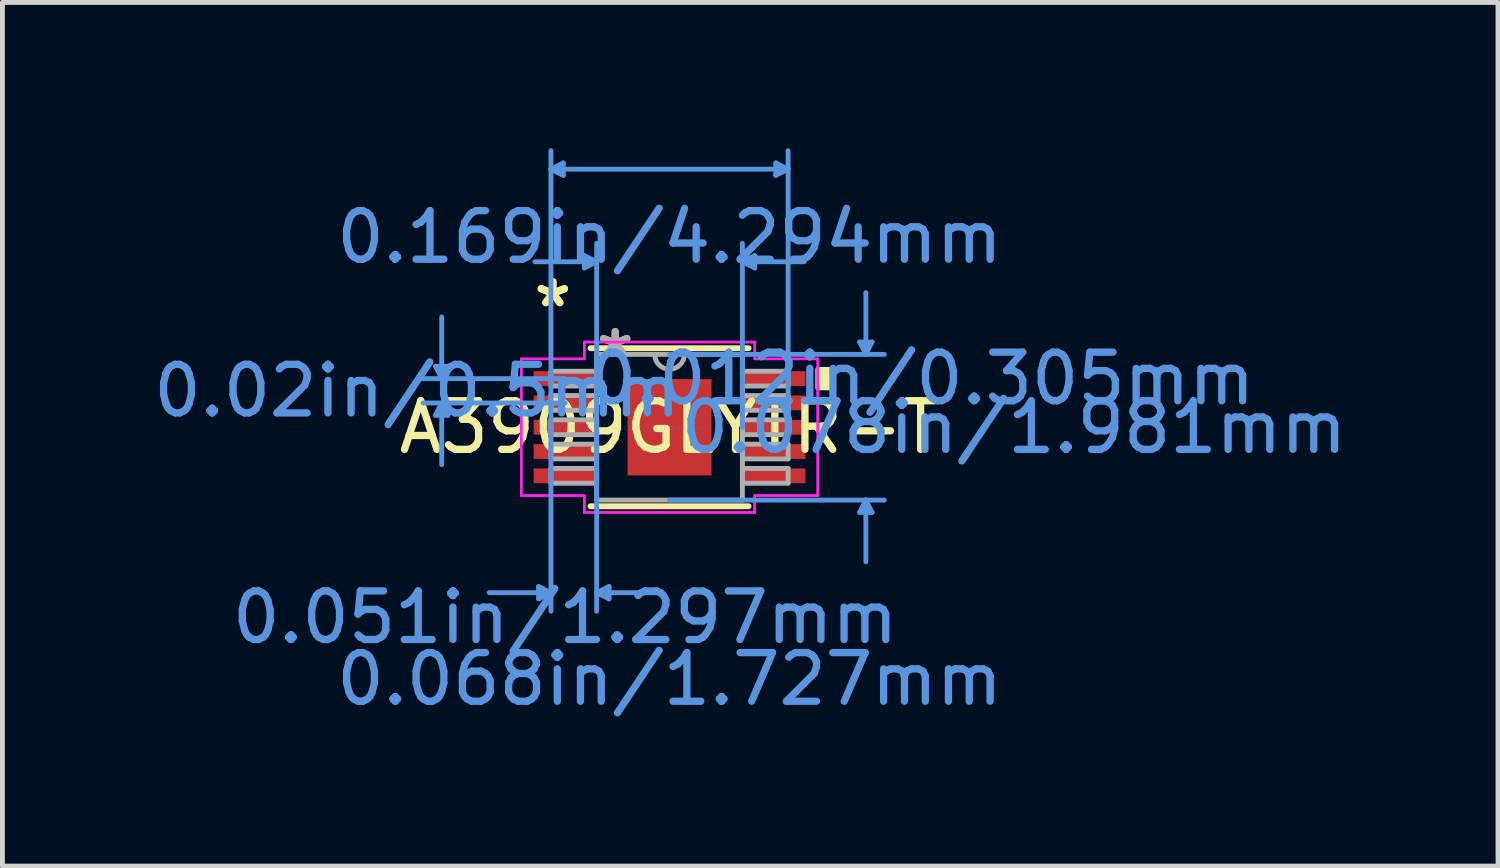
<source format=kicad_pcb>
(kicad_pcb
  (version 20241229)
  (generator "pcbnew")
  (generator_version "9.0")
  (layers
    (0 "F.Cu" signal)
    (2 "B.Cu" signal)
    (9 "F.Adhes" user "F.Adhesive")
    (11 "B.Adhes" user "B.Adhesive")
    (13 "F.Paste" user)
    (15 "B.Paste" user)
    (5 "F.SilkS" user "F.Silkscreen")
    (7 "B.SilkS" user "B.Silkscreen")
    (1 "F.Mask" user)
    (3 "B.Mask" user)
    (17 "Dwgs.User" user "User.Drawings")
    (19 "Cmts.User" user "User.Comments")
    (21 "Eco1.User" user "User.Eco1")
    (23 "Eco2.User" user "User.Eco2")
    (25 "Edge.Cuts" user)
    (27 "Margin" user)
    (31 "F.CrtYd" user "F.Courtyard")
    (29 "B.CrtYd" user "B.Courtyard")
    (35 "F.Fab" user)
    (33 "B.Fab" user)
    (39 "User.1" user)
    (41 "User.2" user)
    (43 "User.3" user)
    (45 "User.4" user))
  (footprint "A3909GLYTR-T"
    (layer "F.Cu")
    (at 10.725 5.74)
    (property "Reference" "A3909GLYTR-T" (at 0 0 0) (layer "F.SilkS") (effects (font (size 1 1) (thickness 0.15))))
    (attr through_hole)
    (fp_line (start -1.626 1.626) (end 1.626 1.626) (stroke (width 0.12) (type solid)) (layer "F.SilkS"))
    (fp_line (start 1.626 -1.626) (end -1.626 -1.626) (stroke (width 0.12) (type solid)) (layer "F.SilkS"))
    (fp_poly (pts (xy 3.304 -1.191) (xy 3.304 -0.81) (xy 3.05 -0.81) (xy 3.05 -1.191)) (stroke (width 0.1) (type solid)) (fill yes) (layer "F.SilkS"))
    (fp_line (start -4.814 -1.254) (end -4.56 -1.254) (stroke (width 0.1) (type solid)) (layer "Cmts.User"))
    (fp_line (start -4.814 -0.246) (end -4.56 -0.246) (stroke (width 0.1) (type solid)) (layer "Cmts.User"))
    (fp_line (start -4.687 -1) (end -4.814 -1.254) (stroke (width 0.1) (type solid)) (layer "Cmts.User"))
    (fp_line (start -4.687 -1) (end -4.687 -2.27) (stroke (width 0.1) (type solid)) (layer "Cmts.User"))
    (fp_line (start -4.687 -1) (end -4.56 -1.254) (stroke (width 0.1) (type solid)) (layer "Cmts.User"))
    (fp_line (start -4.687 -0.5) (end -4.814 -0.246) (stroke (width 0.1) (type solid)) (layer "Cmts.User"))
    (fp_line (start -4.687 -0.5) (end -4.687 0.77) (stroke (width 0.1) (type solid)) (layer "Cmts.User"))
    (fp_line (start -4.687 -0.5) (end -4.56 -0.246) (stroke (width 0.1) (type solid)) (layer "Cmts.User"))
    (fp_line (start -2.694 3.277) (end -2.694 3.531) (stroke (width 0.1) (type solid)) (layer "Cmts.User"))
    (fp_line (start -2.44 -5.309) (end -2.186 -5.436) (stroke (width 0.1) (type solid)) (layer "Cmts.User"))
    (fp_line (start -2.44 -5.309) (end -2.186 -5.182) (stroke (width 0.1) (type solid)) (layer "Cmts.User"))
    (fp_line (start -2.44 -5.309) (end 2.44 -5.309) (stroke (width 0.1) (type solid)) (layer "Cmts.User"))
    (fp_line (start -2.44 0) (end -2.44 -5.69) (stroke (width 0.1) (type solid)) (layer "Cmts.User"))
    (fp_line (start -2.44 0) (end -2.44 3.785) (stroke (width 0.1) (type solid)) (layer "Cmts.User"))
    (fp_line (start -2.44 3.404) (end -3.71 3.404) (stroke (width 0.1) (type solid)) (layer "Cmts.User"))
    (fp_line (start -2.44 3.404) (end -2.694 3.277) (stroke (width 0.1) (type solid)) (layer "Cmts.User"))
    (fp_line (start -2.44 3.404) (end -2.694 3.531) (stroke (width 0.1) (type solid)) (layer "Cmts.User"))
    (fp_line (start -2.186 -5.436) (end -2.186 -5.182) (stroke (width 0.1) (type solid)) (layer "Cmts.User"))
    (fp_line (start -2.147 -1) (end -5.068 -1) (stroke (width 0.1) (type solid)) (layer "Cmts.User"))
    (fp_line (start -2.147 -0.5) (end -5.068 -0.5) (stroke (width 0.1) (type solid)) (layer "Cmts.User"))
    (fp_line (start -1.753 -3.531) (end -1.753 -3.277) (stroke (width 0.1) (type solid)) (layer "Cmts.User"))
    (fp_line (start -1.499 -3.404) (end -2.769 -3.404) (stroke (width 0.1) (type solid)) (layer "Cmts.User"))
    (fp_line (start -1.499 -3.404) (end -1.753 -3.531) (stroke (width 0.1) (type solid)) (layer "Cmts.User"))
    (fp_line (start -1.499 -3.404) (end -1.753 -3.277) (stroke (width 0.1) (type solid)) (layer "Cmts.User"))
    (fp_line (start -1.499 0) (end -1.499 -3.785) (stroke (width 0.1) (type solid)) (layer "Cmts.User"))
    (fp_line (start -1.499 0) (end -1.499 3.785) (stroke (width 0.1) (type solid)) (layer "Cmts.User"))
    (fp_line (start -1.499 3.404) (end -1.245 3.277) (stroke (width 0.1) (type solid)) (layer "Cmts.User"))
    (fp_line (start -1.499 3.404) (end -1.245 3.531) (stroke (width 0.1) (type solid)) (layer "Cmts.User"))
    (fp_line (start -1.499 3.404) (end -0.229 3.404) (stroke (width 0.1) (type solid)) (layer "Cmts.User"))
    (fp_line (start -1.245 3.277) (end -1.245 3.531) (stroke (width 0.1) (type solid)) (layer "Cmts.User"))
    (fp_line (start 0 -1.499) (end 4.42 -1.499) (stroke (width 0.1) (type solid)) (layer "Cmts.User"))
    (fp_line (start 0 1.499) (end 4.42 1.499) (stroke (width 0.1) (type solid)) (layer "Cmts.User"))
    (fp_line (start 1.499 -3.404) (end 1.753 -3.531) (stroke (width 0.1) (type solid)) (layer "Cmts.User"))
    (fp_line (start 1.499 -3.404) (end 1.753 -3.277) (stroke (width 0.1) (type solid)) (layer "Cmts.User"))
    (fp_line (start 1.499 -3.404) (end 2.769 -3.404) (stroke (width 0.1) (type solid)) (layer "Cmts.User"))
    (fp_line (start 1.499 0) (end 1.499 -3.785) (stroke (width 0.1) (type solid)) (layer "Cmts.User"))
    (fp_line (start 1.753 -3.531) (end 1.753 -3.277) (stroke (width 0.1) (type solid)) (layer "Cmts.User"))
    (fp_line (start 2.186 -5.436) (end 2.186 -5.182) (stroke (width 0.1) (type solid)) (layer "Cmts.User"))
    (fp_line (start 2.44 -5.309) (end 2.186 -5.436) (stroke (width 0.1) (type solid)) (layer "Cmts.User"))
    (fp_line (start 2.44 -5.309) (end 2.186 -5.182) (stroke (width 0.1) (type solid)) (layer "Cmts.User"))
    (fp_line (start 2.44 0) (end 2.44 -5.69) (stroke (width 0.1) (type solid)) (layer "Cmts.User"))
    (fp_line (start 3.912 -1.753) (end 4.166 -1.753) (stroke (width 0.1) (type solid)) (layer "Cmts.User"))
    (fp_line (start 3.912 1.753) (end 4.166 1.753) (stroke (width 0.1) (type solid)) (layer "Cmts.User"))
    (fp_line (start 4.039 -1.499) (end 3.912 -1.753) (stroke (width 0.1) (type solid)) (layer "Cmts.User"))
    (fp_line (start 4.039 -1.499) (end 4.039 -2.769) (stroke (width 0.1) (type solid)) (layer "Cmts.User"))
    (fp_line (start 4.039 -1.499) (end 4.166 -1.753) (stroke (width 0.1) (type solid)) (layer "Cmts.User"))
    (fp_line (start 4.039 1.499) (end 3.912 1.753) (stroke (width 0.1) (type solid)) (layer "Cmts.User"))
    (fp_line (start 4.039 1.499) (end 4.039 2.769) (stroke (width 0.1) (type solid)) (layer "Cmts.User"))
    (fp_line (start 4.039 1.499) (end 4.166 1.753) (stroke (width 0.1) (type solid)) (layer "Cmts.User"))
    (fp_line (start -3.05 -1.406) (end -1.753 -1.406) (stroke (width 0.05) (type solid)) (layer "F.CrtYd"))
    (fp_line (start -3.05 -1.406) (end -1.753 -1.406) (stroke (width 0.05) (type solid)) (layer "F.CrtYd"))
    (fp_line (start -3.05 1.406) (end -3.05 -1.406) (stroke (width 0.05) (type solid)) (layer "F.CrtYd"))
    (fp_line (start -3.05 1.406) (end -3.05 -1.406) (stroke (width 0.05) (type solid)) (layer "F.CrtYd"))
    (fp_line (start -3.05 1.406) (end -1.753 1.406) (stroke (width 0.05) (type solid)) (layer "F.CrtYd"))
    (fp_line (start -1.753 -1.753) (end 1.753 -1.753) (stroke (width 0.05) (type solid)) (layer "F.CrtYd"))
    (fp_line (start -1.753 -1.753) (end 1.753 -1.753) (stroke (width 0.05) (type solid)) (layer "F.CrtYd"))
    (fp_line (start -1.753 -1.406) (end -1.753 -1.753) (stroke (width 0.05) (type solid)) (layer "F.CrtYd"))
    (fp_line (start -1.753 -1.406) (end -1.753 -1.753) (stroke (width 0.05) (type solid)) (layer "F.CrtYd"))
    (fp_line (start -1.753 1.406) (end -3.05 1.406) (stroke (width 0.05) (type solid)) (layer "F.CrtYd"))
    (fp_line (start -1.753 1.753) (end -1.753 1.406) (stroke (width 0.05) (type solid)) (layer "F.CrtYd"))
    (fp_line (start -1.753 1.753) (end -1.753 1.406) (stroke (width 0.05) (type solid)) (layer "F.CrtYd"))
    (fp_line (start 1.753 -1.753) (end 1.753 -1.406) (stroke (width 0.05) (type solid)) (layer "F.CrtYd"))
    (fp_line (start 1.753 -1.753) (end 1.753 -1.406) (stroke (width 0.05) (type solid)) (layer "F.CrtYd"))
    (fp_line (start 1.753 -1.406) (end 3.05 -1.406) (stroke (width 0.05) (type solid)) (layer "F.CrtYd"))
    (fp_line (start 1.753 1.406) (end 1.753 1.753) (stroke (width 0.05) (type solid)) (layer "F.CrtYd"))
    (fp_line (start 1.753 1.406) (end 1.753 1.753) (stroke (width 0.05) (type solid)) (layer "F.CrtYd"))
    (fp_line (start 1.753 1.753) (end -1.753 1.753) (stroke (width 0.05) (type solid)) (layer "F.CrtYd"))
    (fp_line (start 1.753 1.753) (end -1.753 1.753) (stroke (width 0.05) (type solid)) (layer "F.CrtYd"))
    (fp_line (start 3.05 -1.406) (end 1.753 -1.406) (stroke (width 0.05) (type solid)) (layer "F.CrtYd"))
    (fp_line (start 3.05 -1.406) (end 3.05 1.406) (stroke (width 0.05) (type solid)) (layer "F.CrtYd"))
    (fp_line (start 3.05 -1.406) (end 3.05 1.406) (stroke (width 0.05) (type solid)) (layer "F.CrtYd"))
    (fp_line (start 3.05 1.406) (end 1.753 1.406) (stroke (width 0.05) (type solid)) (layer "F.CrtYd"))
    (fp_line (start 3.05 1.406) (end 1.753 1.406) (stroke (width 0.05) (type solid)) (layer "F.CrtYd"))
    (fp_line (start -2.44 -1.152) (end -2.44 -0.848) (stroke (width 0.1) (type solid)) (layer "F.Fab"))
    (fp_line (start -2.44 -0.848) (end -1.499 -0.848) (stroke (width 0.1) (type solid)) (layer "F.Fab"))
    (fp_line (start -2.44 -0.652) (end -2.44 -0.348) (stroke (width 0.1) (type solid)) (layer "F.Fab"))
    (fp_line (start -2.44 -0.348) (end -1.499 -0.348) (stroke (width 0.1) (type solid)) (layer "F.Fab"))
    (fp_line (start -2.44 -0.152) (end -2.44 0.152) (stroke (width 0.1) (type solid)) (layer "F.Fab"))
    (fp_line (start -2.44 0.152) (end -1.499 0.152) (stroke (width 0.1) (type solid)) (layer "F.Fab"))
    (fp_line (start -2.44 0.348) (end -2.44 0.652) (stroke (width 0.1) (type solid)) (layer "F.Fab"))
    (fp_line (start -2.44 0.652) (end -1.499 0.652) (stroke (width 0.1) (type solid)) (layer "F.Fab"))
    (fp_line (start -2.44 0.848) (end -2.44 1.152) (stroke (width 0.1) (type solid)) (layer "F.Fab"))
    (fp_line (start -2.44 1.152) (end -1.499 1.152) (stroke (width 0.1) (type solid)) (layer "F.Fab"))
    (fp_line (start -1.499 -1.499) (end -1.499 1.499) (stroke (width 0.1) (type solid)) (layer "F.Fab"))
    (fp_line (start -1.499 -1.152) (end -2.44 -1.152) (stroke (width 0.1) (type solid)) (layer "F.Fab"))
    (fp_line (start -1.499 -0.848) (end -1.499 -1.152) (stroke (width 0.1) (type solid)) (layer "F.Fab"))
    (fp_line (start -1.499 -0.652) (end -2.44 -0.652) (stroke (width 0.1) (type solid)) (layer "F.Fab"))
    (fp_line (start -1.499 -0.348) (end -1.499 -0.652) (stroke (width 0.1) (type solid)) (layer "F.Fab"))
    (fp_line (start -1.499 -0.152) (end -2.44 -0.152) (stroke (width 0.1) (type solid)) (layer "F.Fab"))
    (fp_line (start -1.499 0.152) (end -1.499 -0.152) (stroke (width 0.1) (type solid)) (layer "F.Fab"))
    (fp_line (start -1.499 0.348) (end -2.44 0.348) (stroke (width 0.1) (type solid)) (layer "F.Fab"))
    (fp_line (start -1.499 0.652) (end -1.499 0.348) (stroke (width 0.1) (type solid)) (layer "F.Fab"))
    (fp_line (start -1.499 0.848) (end -2.44 0.848) (stroke (width 0.1) (type solid)) (layer "F.Fab"))
    (fp_line (start -1.499 1.152) (end -1.499 0.848) (stroke (width 0.1) (type solid)) (layer "F.Fab"))
    (fp_line (start -1.499 1.499) (end 1.499 1.499) (stroke (width 0.1) (type solid)) (layer "F.Fab"))
    (fp_line (start 1.499 -1.499) (end -1.499 -1.499) (stroke (width 0.1) (type solid)) (layer "F.Fab"))
    (fp_line (start 1.499 -1.152) (end 1.499 -0.848) (stroke (width 0.1) (type solid)) (layer "F.Fab"))
    (fp_line (start 1.499 -0.848) (end 2.44 -0.848) (stroke (width 0.1) (type solid)) (layer "F.Fab"))
    (fp_line (start 1.499 -0.652) (end 1.499 -0.348) (stroke (width 0.1) (type solid)) (layer "F.Fab"))
    (fp_line (start 1.499 -0.348) (end 2.44 -0.348) (stroke (width 0.1) (type solid)) (layer "F.Fab"))
    (fp_line (start 1.499 -0.152) (end 1.499 0.152) (stroke (width 0.1) (type solid)) (layer "F.Fab"))
    (fp_line (start 1.499 0.152) (end 2.44 0.152) (stroke (width 0.1) (type solid)) (layer "F.Fab"))
    (fp_line (start 1.499 0.348) (end 1.499 0.652) (stroke (width 0.1) (type solid)) (layer "F.Fab"))
    (fp_line (start 1.499 0.652) (end 2.44 0.652) (stroke (width 0.1) (type solid)) (layer "F.Fab"))
    (fp_line (start 1.499 0.848) (end 1.499 1.152) (stroke (width 0.1) (type solid)) (layer "F.Fab"))
    (fp_line (start 1.499 1.152) (end 2.44 1.152) (stroke (width 0.1) (type solid)) (layer "F.Fab"))
    (fp_line (start 1.499 1.499) (end 1.499 -1.499) (stroke (width 0.1) (type solid)) (layer "F.Fab"))
    (fp_line (start 2.44 -1.152) (end 1.499 -1.152) (stroke (width 0.1) (type solid)) (layer "F.Fab"))
    (fp_line (start 2.44 -0.848) (end 2.44 -1.152) (stroke (width 0.1) (type solid)) (layer "F.Fab"))
    (fp_line (start 2.44 -0.652) (end 1.499 -0.652) (stroke (width 0.1) (type solid)) (layer "F.Fab"))
    (fp_line (start 2.44 -0.348) (end 2.44 -0.652) (stroke (width 0.1) (type solid)) (layer "F.Fab"))
    (fp_line (start 2.44 -0.152) (end 1.499 -0.152) (stroke (width 0.1) (type solid)) (layer "F.Fab"))
    (fp_line (start 2.44 0.152) (end 2.44 -0.152) (stroke (width 0.1) (type solid)) (layer "F.Fab"))
    (fp_line (start 2.44 0.348) (end 1.499 0.348) (stroke (width 0.1) (type solid)) (layer "F.Fab"))
    (fp_line (start 2.44 0.652) (end 2.44 0.348) (stroke (width 0.1) (type solid)) (layer "F.Fab"))
    (fp_line (start 2.44 0.848) (end 1.499 0.848) (stroke (width 0.1) (type solid)) (layer "F.Fab"))
    (fp_line (start 2.44 1.152) (end 2.44 0.848) (stroke (width 0.1) (type solid)) (layer "F.Fab"))
    (fp_arc (start 0.3048 -1.4986) (mid 0 -1.1938) (end -0.3048 -1.4986) (stroke (width 0.1) (type solid)) (layer "F.Fab"))
    (fp_text user "*" (at -2.401 -2.448 0) (layer "F.SilkS") (effects (font (size 1 1) (thickness 0.15))))
    (fp_text user "*" (at -2.401 -2.448 0) (layer "F.SilkS") (effects (font (size 1 1) (thickness 0.15))))
    (fp_text user "0.078in/1.981mm" (at 7.087 0 0) (layer "Cmts.User") (effects (font (size 1 1) (thickness 0.15))))
    (fp_text user "Copyright 2021 Accelerated Designs. All rights reserved." (at 0 0 0) (layer "Cmts.User") (effects (font (size 0.127 0.127) (thickness 0.002))))
    (fp_text user "0.012in/0.305mm" (at 5.195 -1 0) (layer "Cmts.User") (effects (font (size 1 1) (thickness 0.15))))
    (fp_text user "0.051in/1.297mm" (at -2.147 3.912 0) (layer "Cmts.User") (effects (font (size 1 1) (thickness 0.15))))
    (fp_text user "0.068in/1.727mm" (at 0 5.182 0) (layer "Cmts.User") (effects (font (size 1 1) (thickness 0.15))))
    (fp_text user "0.02in/0.5mm" (at -5.195 -0.75 0) (layer "Cmts.User") (effects (font (size 1 1) (thickness 0.15))))
    (fp_text user "0.169in/4.294mm" (at 0 -3.912 0) (layer "Cmts.User") (effects (font (size 1 1) (thickness 0.15))))
    (fp_text user "*" (at -1.118 -1.422 0) (layer "F.Fab") (effects (font (size 1 1) (thickness 0.15))))
    (fp_text user "*" (at -1.118 -1.422 0) (layer "F.Fab") (effects (font (size 1 1) (thickness 0.15))))
    (pad "1" smd rect (at -2.147 -1) (size 1.297 0.305) (layers "F.Cu" "F.Mask" "F.Paste"))
    (pad "2" smd rect (at -2.147 -0.5) (size 1.297 0.305) (layers "F.Cu" "F.Mask" "F.Paste"))
    (pad "3" smd rect (at -2.147 0) (size 1.297 0.305) (layers "F.Cu" "F.Mask" "F.Paste"))
    (pad "4" smd rect (at -2.147 0.5) (size 1.297 0.305) (layers "F.Cu" "F.Mask" "F.Paste"))
    (pad "5" smd rect (at -2.147 1) (size 1.297 0.305) (layers "F.Cu" "F.Mask" "F.Paste"))
    (pad "6" smd rect (at 2.147 1) (size 1.297 0.305) (layers "F.Cu" "F.Mask" "F.Paste"))
    (pad "7" smd rect (at 2.147 0.5) (size 1.297 0.305) (layers "F.Cu" "F.Mask" "F.Paste"))
    (pad "8" smd rect (at 2.147 0) (size 1.297 0.305) (layers "F.Cu" "F.Mask" "F.Paste"))
    (pad "9" smd rect (at 2.147 -0.5) (size 1.297 0.305) (layers "F.Cu" "F.Mask" "F.Paste"))
    (pad "10" smd rect (at 2.147 -1) (size 1.297 0.305) (layers "F.Cu" "F.Mask" "F.Paste"))
    (pad "EPAD" smd rect (at 0 0) (size 1.727 1.981) (layers "F.Cu" "F.Mask" "F.Paste")))
  (gr_rect
    (start -3 -3)
    (end 27.77 14.769)
    (stroke (width 0.1) (type default))
    (fill no)
    (layer "Edge.Cuts")))
</source>
